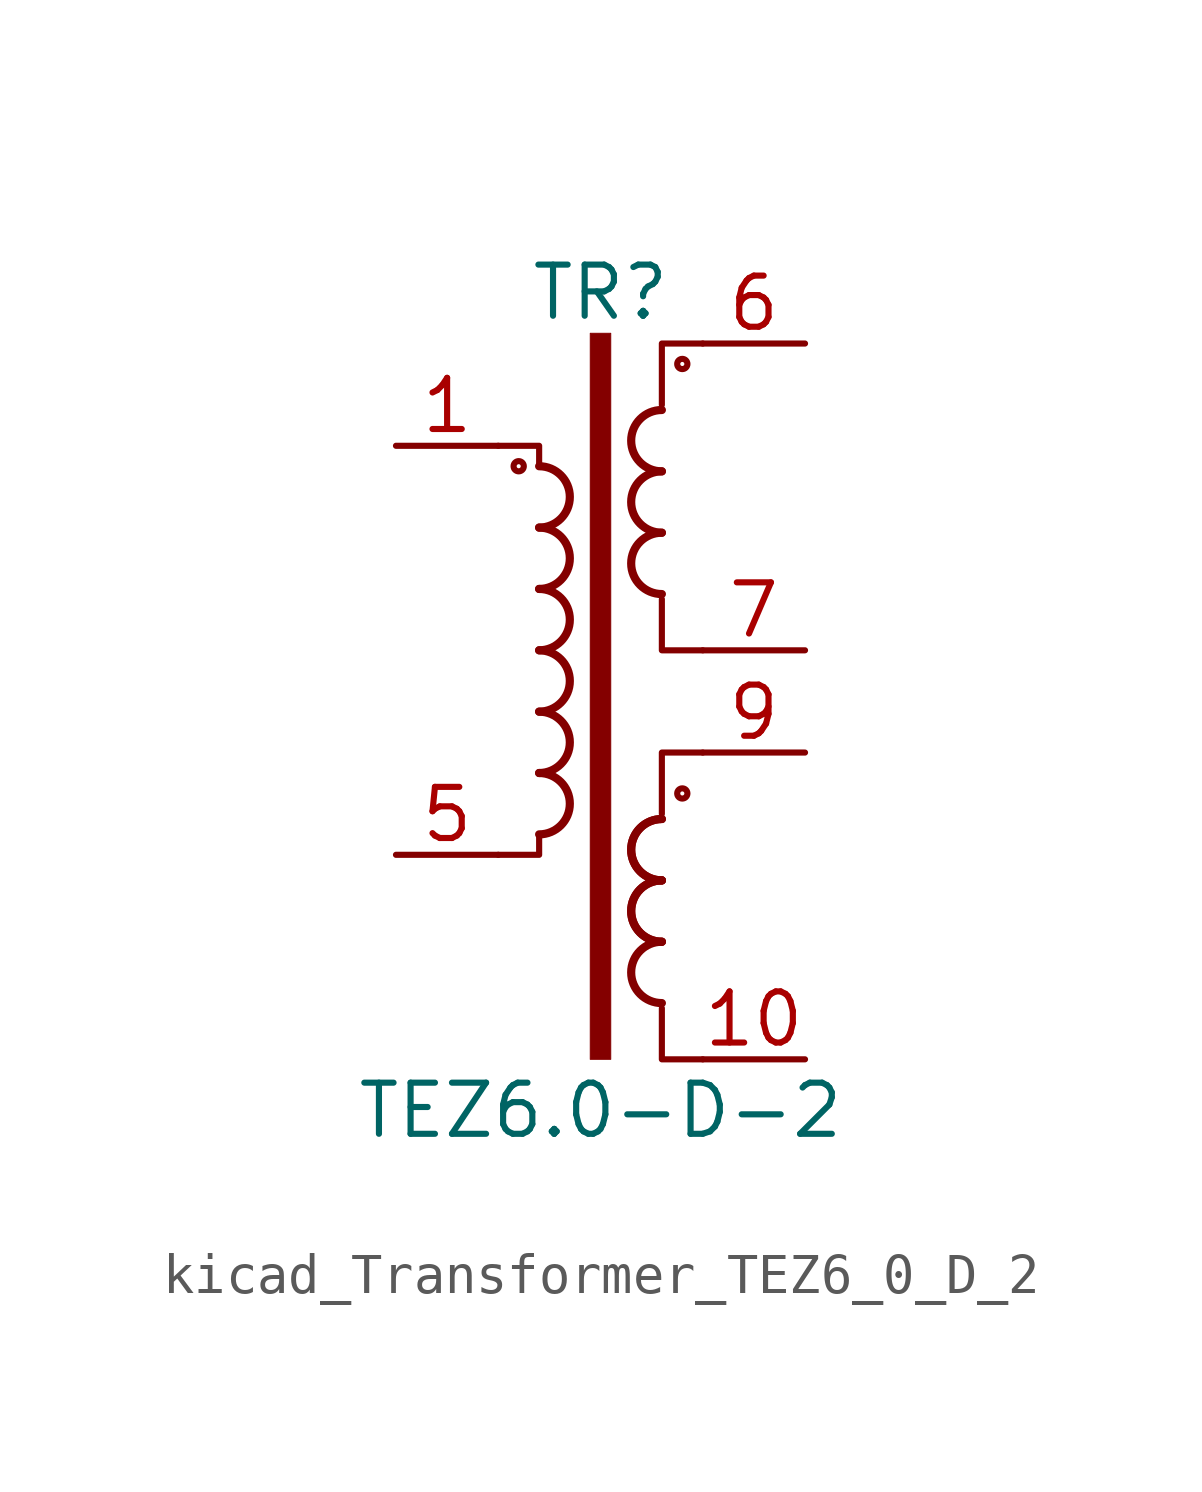
<source format=kicad_sym>
(kicad_symbol_lib
  (version 20220914)
  (generator kicad_symbol_editor)
  (symbol "kicad_Transformer_TEZ6_0_D_2"
    (pin_names
      (offset 0.025))
    (property "Reference" "TR"
      (at 0 8.89 0)
      (effects (font (size 1.27 1.27))))
    (property "Value" "TEZ6.0-D-2"
      (at 0 -11.43 0)
      (effects (font (size 1.27 1.27))))
    (symbol "kicad_Transformer_TEZ6_0_D_2_0_1"
      (circle (center -2.032 4.572) (radius 0.127) (stroke (width 0) (type default)) (fill (type none)))
      (arc (start -1.524 -4.572) (mid -0.7653 -3.81) (end -1.524 -3.048) (stroke (width 0.2032) (type default)) (fill (type none)))
      (arc (start -1.524 -3.048) (mid -0.7653 -2.286) (end -1.524 -1.524) (stroke (width 0.2032) (type default)) (fill (type none)))
      (arc (start -1.524 -1.524) (mid -0.7653 -0.762) (end -1.524 0) (stroke (width 0.2032) (type default)) (fill (type none)))
      (arc (start -1.524 0) (mid -0.7653 0.762) (end -1.524 1.524) (stroke (width 0.2032) (type default)) (fill (type none)))
      (arc (start -1.524 1.524) (mid -0.7653 2.286) (end -1.524 3.048) (stroke (width 0.2032) (type default)) (fill (type none)))
      (arc (start -1.524 3.048) (mid -0.7653 3.81) (end -1.524 4.572) (stroke (width 0.2032) (type default)) (fill (type none)))
      (rectangle (start -0.254 7.874) (end 0.254 -10.16) (stroke (width 0.025) (type default)) (fill (type outline)))
      (polyline (pts (xy -1.524 -4.572) (xy -1.524 -5.08) (xy -2.54 -5.08)) (stroke (width 0) (type default)) (fill (type none)))
      (polyline (pts (xy -1.524 4.572) (xy -1.524 5.08) (xy -2.54 5.08)) (stroke (width 0) (type default)) (fill (type none)))
      (polyline (pts (xy 1.524 -8.89) (xy 1.524 -10.16) (xy 2.54 -10.16)) (stroke (width 0) (type default)) (fill (type none)))
      (polyline (pts (xy 2.54 -2.54) (xy 1.524 -2.54) (xy 1.524 -4.064)) (stroke (width 0) (type default)) (fill (type none)))
      (polyline (pts (xy 2.54 0) (xy 1.524 0) (xy 1.524 1.27)) (stroke (width 0) (type default)) (fill (type none)))
      (polyline (pts (xy 2.54 7.62) (xy 1.524 7.62) (xy 1.524 6.096)) (stroke (width 0) (type default)) (fill (type none)))
      (arc (start 1.524 -7.239) (mid 0.7653 -8.001) (end 1.524 -8.763) (stroke (width 0.2032) (type default)) (fill (type none)))
      (arc (start 1.524 -5.715) (mid 0.7653 -6.477) (end 1.524 -7.239) (stroke (width 0.2032) (type default)) (fill (type none)))
      (arc (start 1.524 -5.715) (mid 0.7653 -6.477) (end 1.524 -7.239) (stroke (width 0.2032) (type default)) (fill (type none)))
      (arc (start 1.524 -4.191) (mid 0.7653 -4.953) (end 1.524 -5.715) (stroke (width 0.2032) (type default)) (fill (type none)))
      (arc (start 1.524 -4.191) (mid 0.7653 -4.953) (end 1.524 -5.715) (stroke (width 0.2032) (type default)) (fill (type none)))
      (arc (start 1.524 2.921) (mid 0.7653 2.159) (end 1.524 1.397) (stroke (width 0.2032) (type default)) (fill (type none)))
      (arc (start 1.524 4.445) (mid 0.7653 3.683) (end 1.524 2.921) (stroke (width 0.2032) (type default)) (fill (type none)))
      (arc (start 1.524 5.969) (mid 0.7653 5.207) (end 1.524 4.445) (stroke (width 0.2032) (type default)) (fill (type none)))
      (circle (center 2.032 -3.556) (radius 0.127) (stroke (width 0) (type default)) (fill (type none)))
      (circle (center 2.032 7.112) (radius 0.127) (stroke (width 0) (type default)) (fill (type none))))
    (symbol "kicad_Transformer_TEZ6_0_D_2_1_1"
      (pin passive line (at -5.08 5.08 0) (length 2.54) (name "~" (effects (font (size 1.27 1.27)))) (number "1" (effects (font (size 1.27 1.27)))))
      (pin passive line (at 5.08 -10.16 180) (length 2.54) (name "~" (effects (font (size 1.27 1.27)))) (number "10" (effects (font (size 1.27 1.27)))))
      (pin passive line (at -5.08 -5.08 0) (length 2.54) (name "~" (effects (font (size 1.27 1.27)))) (number "5" (effects (font (size 1.27 1.27)))))
      (pin passive line (at 5.08 7.62 180) (length 2.54) (name "~" (effects (font (size 1.27 1.27)))) (number "6" (effects (font (size 1.27 1.27)))))
      (pin passive line (at 5.08 0 180) (length 2.54) (name "~" (effects (font (size 1.27 1.27)))) (number "7" (effects (font (size 1.27 1.27)))))
      (pin passive line (at 5.08 -2.54 180) (length 2.54) (name "~" (effects (font (size 1.27 1.27)))) (number "9" (effects (font (size 1.27 1.27))))))))
</source>
